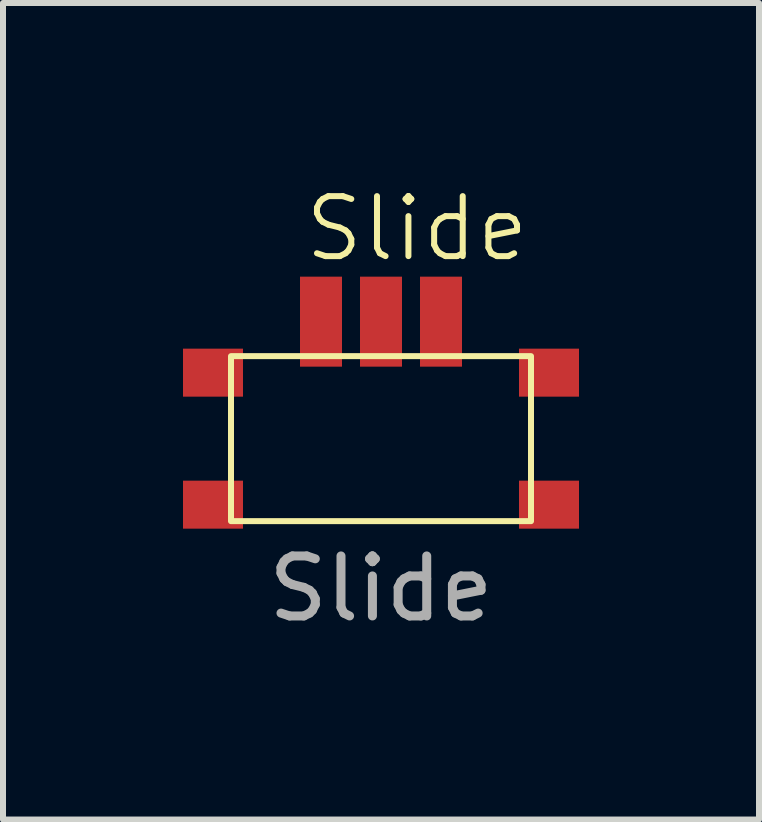
<source format=kicad_pcb>
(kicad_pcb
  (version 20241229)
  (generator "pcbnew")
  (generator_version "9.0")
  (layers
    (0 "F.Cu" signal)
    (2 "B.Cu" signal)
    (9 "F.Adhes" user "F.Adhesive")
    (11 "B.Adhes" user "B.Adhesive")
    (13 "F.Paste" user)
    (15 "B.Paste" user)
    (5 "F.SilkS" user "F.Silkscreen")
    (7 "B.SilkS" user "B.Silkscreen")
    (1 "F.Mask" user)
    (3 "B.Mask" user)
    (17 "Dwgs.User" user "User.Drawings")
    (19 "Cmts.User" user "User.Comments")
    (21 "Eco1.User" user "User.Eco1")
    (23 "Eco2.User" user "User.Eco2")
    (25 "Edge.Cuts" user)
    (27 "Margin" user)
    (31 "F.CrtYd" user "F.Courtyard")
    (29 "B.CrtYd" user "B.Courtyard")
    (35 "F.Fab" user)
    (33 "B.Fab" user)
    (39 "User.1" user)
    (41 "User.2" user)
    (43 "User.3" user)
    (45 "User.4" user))
  (footprint "Slide"
    (layer "F.Cu")
    (at 3.3 4.261)
    (property "Reference" "Slide" (at 0.6 -3.5 0) (unlocked yes) (layer "F.SilkS") (effects (font (size 1 1) (thickness 0.1))))
    (attr smd)
    (fp_rect (start -2.5 -1.375) (end 2.5 1.375) (stroke (width 0.1) (type solid)) (fill no) (layer "F.SilkS"))
    (fp_text user "${REFERENCE}" (at 0 2.5 0) (unlocked yes) (layer "F.Fab") (effects (font (size 1 1) (thickness 0.15))))
    (pad "1" smd rect (at -1 -1.95) (size 0.7 1.5) (layers "F.Cu" "F.Mask" "F.Paste"))
    (pad "2" smd rect (at 0 -1.95) (size 0.7 1.5) (layers "F.Cu" "F.Mask" "F.Paste"))
    (pad "3" smd rect (at 1 -1.95) (size 0.7 1.5) (layers "F.Cu" "F.Mask" "F.Paste"))
    (pad "MT" smd rect (at -2.8 -1.1) (size 1 0.8) (layers "F.Cu" "F.Mask" "F.Paste"))
    (pad "MT" smd rect (at -2.8 1.1) (size 1 0.8) (layers "F.Cu" "F.Mask" "F.Paste"))
    (pad "MT" smd rect (at 2.8 -1.1) (size 1 0.8) (layers "F.Cu" "F.Mask" "F.Paste"))
    (pad "MT" smd rect (at 2.8 1.1) (size 1 0.8) (layers "F.Cu" "F.Mask" "F.Paste")))
  (gr_rect
    (start -3 -3)
    (end 9.6 10.609)
    (stroke (width 0.1) (type default))
    (fill no)
    (layer "Edge.Cuts")))
</source>
